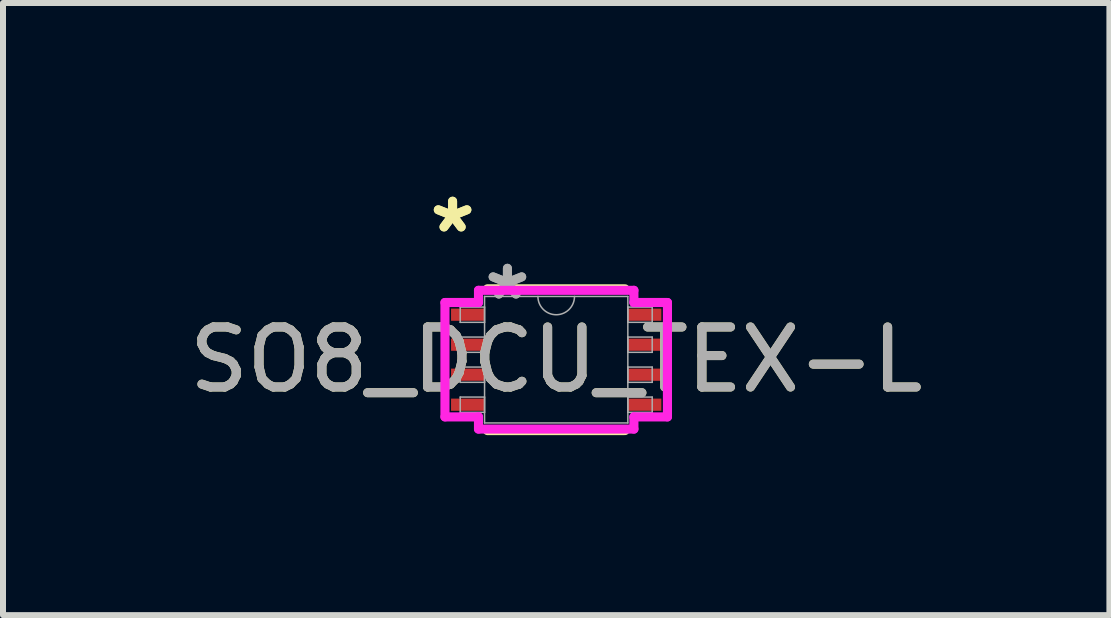
<source format=kicad_pcb>
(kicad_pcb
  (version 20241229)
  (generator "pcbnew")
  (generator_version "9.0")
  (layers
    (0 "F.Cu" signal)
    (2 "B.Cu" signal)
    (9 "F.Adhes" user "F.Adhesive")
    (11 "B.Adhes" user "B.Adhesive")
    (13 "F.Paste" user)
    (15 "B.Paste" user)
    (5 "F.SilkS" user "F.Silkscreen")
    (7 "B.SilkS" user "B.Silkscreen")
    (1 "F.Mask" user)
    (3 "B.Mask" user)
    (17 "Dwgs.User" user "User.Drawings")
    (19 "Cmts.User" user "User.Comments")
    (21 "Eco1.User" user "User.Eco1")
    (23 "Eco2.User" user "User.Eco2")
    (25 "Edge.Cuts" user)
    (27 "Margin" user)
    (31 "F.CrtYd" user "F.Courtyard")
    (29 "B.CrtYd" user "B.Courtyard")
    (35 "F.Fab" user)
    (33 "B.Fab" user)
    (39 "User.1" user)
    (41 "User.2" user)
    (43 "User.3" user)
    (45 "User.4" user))
  (footprint "SO8_DCU_TEX-L"
    (layer "F.Cu")
    (at 6.22 2.945)
    (property "Reference" "SO8_DCU_TEX-L" (at 0 0 0) (unlocked yes) (layer "F.SilkS") (effects (font (size 1 1) (thickness 0.15))))
    (attr smd)
    (fp_line (start -1.146 1.181) (end 1.146 1.181) (stroke (width 0.152) (type solid)) (layer "F.SilkS"))
    (fp_line (start 1.146 -1.181) (end -1.146 -1.181) (stroke (width 0.152) (type solid)) (layer "F.SilkS"))
    (fp_line (start -1.854 -0.953) (end -1.295 -0.953) (stroke (width 0.152) (type solid)) (layer "F.CrtYd"))
    (fp_line (start -1.854 0.953) (end -1.854 -0.953) (stroke (width 0.152) (type solid)) (layer "F.CrtYd"))
    (fp_line (start -1.854 0.953) (end -1.295 0.953) (stroke (width 0.152) (type solid)) (layer "F.CrtYd"))
    (fp_line (start -1.295 -1.156) (end 1.295 -1.156) (stroke (width 0.152) (type solid)) (layer "F.CrtYd"))
    (fp_line (start -1.295 -0.953) (end -1.295 -1.156) (stroke (width 0.152) (type solid)) (layer "F.CrtYd"))
    (fp_line (start -1.295 1.156) (end -1.295 0.953) (stroke (width 0.152) (type solid)) (layer "F.CrtYd"))
    (fp_line (start 1.295 -1.156) (end 1.295 -0.953) (stroke (width 0.152) (type solid)) (layer "F.CrtYd"))
    (fp_line (start 1.295 0.953) (end 1.295 1.156) (stroke (width 0.152) (type solid)) (layer "F.CrtYd"))
    (fp_line (start 1.295 1.156) (end -1.295 1.156) (stroke (width 0.152) (type solid)) (layer "F.CrtYd"))
    (fp_line (start 1.854 -0.953) (end 1.295 -0.953) (stroke (width 0.152) (type solid)) (layer "F.CrtYd"))
    (fp_line (start 1.854 -0.953) (end 1.854 0.953) (stroke (width 0.152) (type solid)) (layer "F.CrtYd"))
    (fp_line (start 1.854 0.953) (end 1.295 0.953) (stroke (width 0.152) (type solid)) (layer "F.CrtYd"))
    (fp_line (start -1.6 -0.877) (end -1.6 -0.623) (stroke (width 0.025) (type solid)) (layer "F.Fab"))
    (fp_line (start -1.6 -0.623) (end -1.194 -0.623) (stroke (width 0.025) (type solid)) (layer "F.Fab"))
    (fp_line (start -1.6 -0.377) (end -1.6 -0.123) (stroke (width 0.025) (type solid)) (layer "F.Fab"))
    (fp_line (start -1.6 -0.123) (end -1.194 -0.123) (stroke (width 0.025) (type solid)) (layer "F.Fab"))
    (fp_line (start -1.6 0.123) (end -1.6 0.377) (stroke (width 0.025) (type solid)) (layer "F.Fab"))
    (fp_line (start -1.6 0.377) (end -1.194 0.377) (stroke (width 0.025) (type solid)) (layer "F.Fab"))
    (fp_line (start -1.6 0.623) (end -1.6 0.877) (stroke (width 0.025) (type solid)) (layer "F.Fab"))
    (fp_line (start -1.6 0.877) (end -1.194 0.877) (stroke (width 0.025) (type solid)) (layer "F.Fab"))
    (fp_line (start -1.194 -1.054) (end -1.194 1.054) (stroke (width 0.025) (type solid)) (layer "F.Fab"))
    (fp_line (start -1.194 -0.877) (end -1.6 -0.877) (stroke (width 0.025) (type solid)) (layer "F.Fab"))
    (fp_line (start -1.194 -0.623) (end -1.194 -0.877) (stroke (width 0.025) (type solid)) (layer "F.Fab"))
    (fp_line (start -1.194 -0.377) (end -1.6 -0.377) (stroke (width 0.025) (type solid)) (layer "F.Fab"))
    (fp_line (start -1.194 -0.123) (end -1.194 -0.377) (stroke (width 0.025) (type solid)) (layer "F.Fab"))
    (fp_line (start -1.194 0.123) (end -1.6 0.123) (stroke (width 0.025) (type solid)) (layer "F.Fab"))
    (fp_line (start -1.194 0.377) (end -1.194 0.123) (stroke (width 0.025) (type solid)) (layer "F.Fab"))
    (fp_line (start -1.194 0.623) (end -1.6 0.623) (stroke (width 0.025) (type solid)) (layer "F.Fab"))
    (fp_line (start -1.194 0.877) (end -1.194 0.623) (stroke (width 0.025) (type solid)) (layer "F.Fab"))
    (fp_line (start -1.194 1.054) (end 1.194 1.054) (stroke (width 0.025) (type solid)) (layer "F.Fab"))
    (fp_line (start 1.194 -1.054) (end -1.194 -1.054) (stroke (width 0.025) (type solid)) (layer "F.Fab"))
    (fp_line (start 1.194 -0.877) (end 1.194 -0.623) (stroke (width 0.025) (type solid)) (layer "F.Fab"))
    (fp_line (start 1.194 -0.623) (end 1.6 -0.623) (stroke (width 0.025) (type solid)) (layer "F.Fab"))
    (fp_line (start 1.194 -0.377) (end 1.194 -0.123) (stroke (width 0.025) (type solid)) (layer "F.Fab"))
    (fp_line (start 1.194 -0.123) (end 1.6 -0.123) (stroke (width 0.025) (type solid)) (layer "F.Fab"))
    (fp_line (start 1.194 0.123) (end 1.194 0.377) (stroke (width 0.025) (type solid)) (layer "F.Fab"))
    (fp_line (start 1.194 0.377) (end 1.6 0.377) (stroke (width 0.025) (type solid)) (layer "F.Fab"))
    (fp_line (start 1.194 0.623) (end 1.194 0.877) (stroke (width 0.025) (type solid)) (layer "F.Fab"))
    (fp_line (start 1.194 0.877) (end 1.6 0.877) (stroke (width 0.025) (type solid)) (layer "F.Fab"))
    (fp_line (start 1.194 1.054) (end 1.194 -1.054) (stroke (width 0.025) (type solid)) (layer "F.Fab"))
    (fp_line (start 1.6 -0.877) (end 1.194 -0.877) (stroke (width 0.025) (type solid)) (layer "F.Fab"))
    (fp_line (start 1.6 -0.623) (end 1.6 -0.877) (stroke (width 0.025) (type solid)) (layer "F.Fab"))
    (fp_line (start 1.6 -0.377) (end 1.194 -0.377) (stroke (width 0.025) (type solid)) (layer "F.Fab"))
    (fp_line (start 1.6 -0.123) (end 1.6 -0.377) (stroke (width 0.025) (type solid)) (layer "F.Fab"))
    (fp_line (start 1.6 0.123) (end 1.194 0.123) (stroke (width 0.025) (type solid)) (layer "F.Fab"))
    (fp_line (start 1.6 0.377) (end 1.6 0.123) (stroke (width 0.025) (type solid)) (layer "F.Fab"))
    (fp_line (start 1.6 0.623) (end 1.194 0.623) (stroke (width 0.025) (type solid)) (layer "F.Fab"))
    (fp_line (start 1.6 0.877) (end 1.6 0.623) (stroke (width 0.025) (type solid)) (layer "F.Fab"))
    (fp_arc (start 0.3048 -1.0541) (mid 0 -0.7493) (end -0.3048 -1.0541) (stroke (width 0.0254) (type solid)) (layer "F.Fab"))
    (fp_text user "*" (at -1.727 -2.096 0) (unlocked yes) (layer "F.SilkS") (effects (font (size 1 1) (thickness 0.15))))
    (fp_text user "*" (at -1.727 -2.096 0) (layer "F.SilkS") (effects (font (size 1 1) (thickness 0.15))))
    (fp_text user "${REFERENCE}" (at 0 0 0) (unlocked yes) (layer "F.Fab") (effects (font (size 1 1) (thickness 0.15))))
    (fp_text user "*" (at -0.813 -0.978 0) (layer "F.Fab") (effects (font (size 1 1) (thickness 0.15))))
    (fp_text user "*" (at -0.813 -0.978 0) (unlocked yes) (layer "F.Fab") (effects (font (size 1 1) (thickness 0.15))))
    (pad "1" smd rect (at -1.473 -0.75) (size 0.559 0.203) (layers "F.Cu" "F.Mask" "F.Paste"))
    (pad "2" smd rect (at -1.473 -0.25) (size 0.559 0.203) (layers "F.Cu" "F.Mask" "F.Paste"))
    (pad "3" smd rect (at -1.473 0.25) (size 0.559 0.203) (layers "F.Cu" "F.Mask" "F.Paste"))
    (pad "4" smd rect (at -1.473 0.75) (size 0.559 0.203) (layers "F.Cu" "F.Mask" "F.Paste"))
    (pad "5" smd rect (at 1.473 0.75) (size 0.559 0.203) (layers "F.Cu" "F.Mask" "F.Paste"))
    (pad "6" smd rect (at 1.473 0.25) (size 0.559 0.203) (layers "F.Cu" "F.Mask" "F.Paste"))
    (pad "7" smd rect (at 1.473 -0.25) (size 0.559 0.203) (layers "F.Cu" "F.Mask" "F.Paste"))
    (pad "8" smd rect (at 1.473 -0.75) (size 0.559 0.203) (layers "F.Cu" "F.Mask" "F.Paste")))
  (gr_rect
    (start -3 -3)
    (end 15.44 7.202)
    (stroke (width 0.1) (type default))
    (fill no)
    (layer "Edge.Cuts")))
</source>
